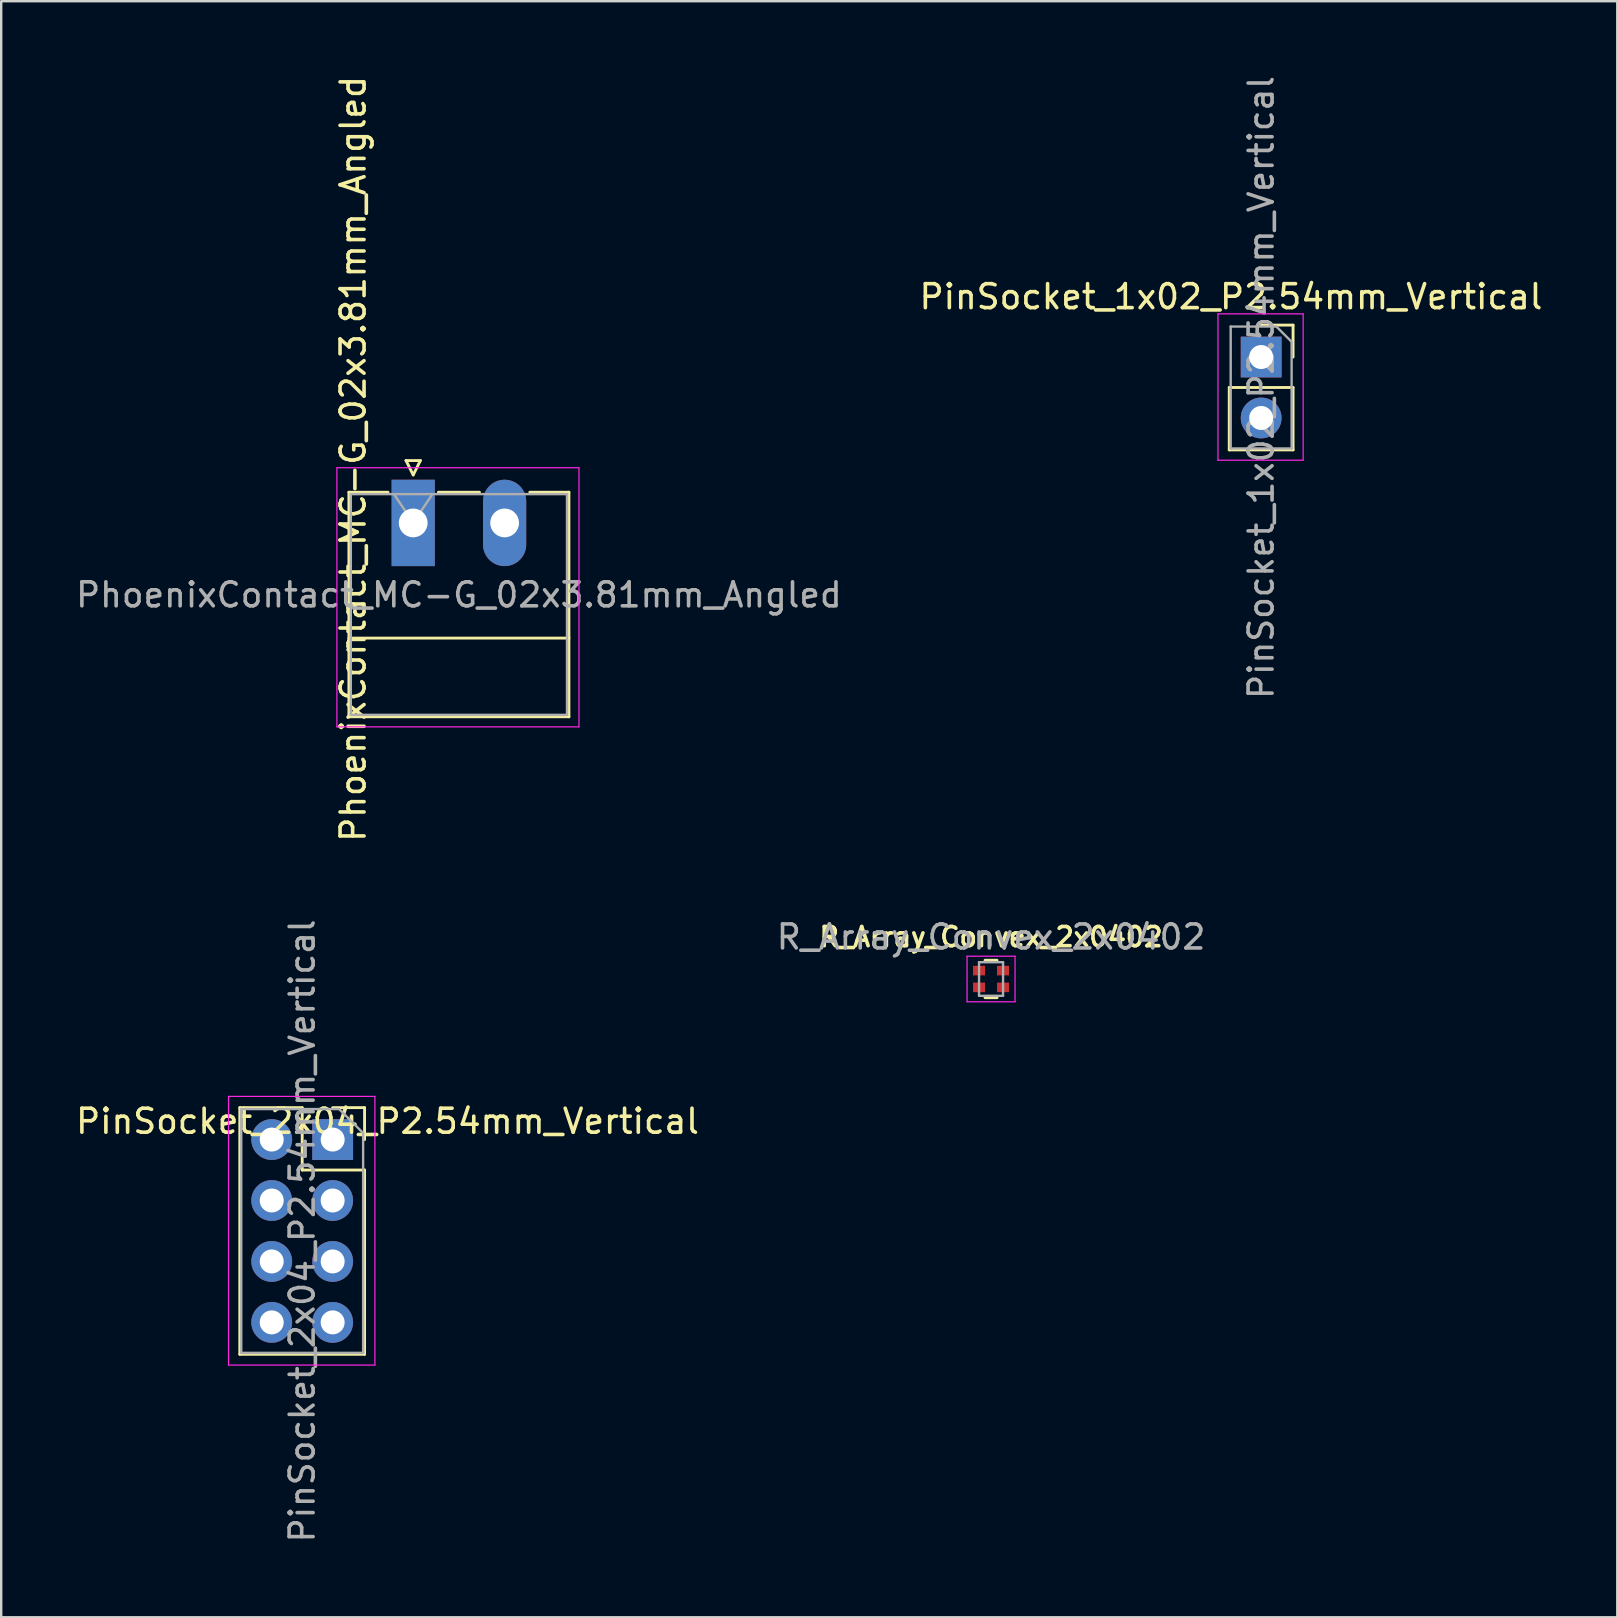
<source format=kicad_pcb>
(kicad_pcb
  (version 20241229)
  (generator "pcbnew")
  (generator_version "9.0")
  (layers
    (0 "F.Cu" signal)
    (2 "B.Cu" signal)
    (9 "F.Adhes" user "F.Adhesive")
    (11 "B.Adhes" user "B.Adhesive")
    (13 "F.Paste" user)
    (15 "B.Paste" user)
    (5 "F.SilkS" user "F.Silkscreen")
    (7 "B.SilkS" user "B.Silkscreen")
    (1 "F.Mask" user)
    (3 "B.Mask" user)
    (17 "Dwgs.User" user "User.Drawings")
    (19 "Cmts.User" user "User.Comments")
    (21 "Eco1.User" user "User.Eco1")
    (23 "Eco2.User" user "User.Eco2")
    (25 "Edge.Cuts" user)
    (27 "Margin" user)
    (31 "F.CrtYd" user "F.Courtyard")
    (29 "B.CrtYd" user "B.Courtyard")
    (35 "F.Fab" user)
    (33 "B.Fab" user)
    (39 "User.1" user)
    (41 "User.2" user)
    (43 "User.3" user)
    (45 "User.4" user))
  (footprint "PinSocket_2x04_P2.54mm_Vertical"
    (layer "F.Cu")
    (at 10.815 44.446)
    (property "Reference" "PinSocket_2x04_P2.54mm_Vertical" (at 2.286 -0.762 0) (layer "F.SilkS") (effects (font (size 1 1) (thickness 0.15))))
    (attr through_hole)
    (fp_line (start -3.87 -1.33) (end -3.87 8.95) (stroke (width 0.12) (type solid)) (layer "F.SilkS"))
    (fp_line (start -3.87 -1.33) (end -1.27 -1.33) (stroke (width 0.12) (type solid)) (layer "F.SilkS"))
    (fp_line (start -3.87 8.95) (end 1.33 8.95) (stroke (width 0.12) (type solid)) (layer "F.SilkS"))
    (fp_line (start -1.27 -1.33) (end -1.27 1.27) (stroke (width 0.12) (type solid)) (layer "F.SilkS"))
    (fp_line (start -1.27 1.27) (end 1.33 1.27) (stroke (width 0.12) (type solid)) (layer "F.SilkS"))
    (fp_line (start 0 -1.33) (end 1.33 -1.33) (stroke (width 0.12) (type solid)) (layer "F.SilkS"))
    (fp_line (start 1.33 -1.33) (end 1.33 0) (stroke (width 0.12) (type solid)) (layer "F.SilkS"))
    (fp_line (start 1.33 1.27) (end 1.33 8.95) (stroke (width 0.12) (type solid)) (layer "F.SilkS"))
    (fp_line (start -4.34 -1.8) (end 1.76 -1.8) (stroke (width 0.05) (type solid)) (layer "F.CrtYd"))
    (fp_line (start -4.34 9.4) (end -4.34 -1.8) (stroke (width 0.05) (type solid)) (layer "F.CrtYd"))
    (fp_line (start 1.76 -1.8) (end 1.76 9.4) (stroke (width 0.05) (type solid)) (layer "F.CrtYd"))
    (fp_line (start 1.76 9.4) (end -4.34 9.4) (stroke (width 0.05) (type solid)) (layer "F.CrtYd"))
    (fp_line (start -3.81 -1.27) (end 0.27 -1.27) (stroke (width 0.1) (type solid)) (layer "F.Fab"))
    (fp_line (start -3.81 8.89) (end -3.81 -1.27) (stroke (width 0.1) (type solid)) (layer "F.Fab"))
    (fp_line (start 0.27 -1.27) (end 1.27 -0.27) (stroke (width 0.1) (type solid)) (layer "F.Fab"))
    (fp_line (start 1.27 -0.27) (end 1.27 8.89) (stroke (width 0.1) (type solid)) (layer "F.Fab"))
    (fp_line (start 1.27 8.89) (end -3.81 8.89) (stroke (width 0.1) (type solid)) (layer "F.Fab"))
    (fp_text user "${REFERENCE}" (at -1.27 3.81 90) (layer "F.Fab") (effects (font (size 1 1) (thickness 0.15))))
    (pad "1" thru_hole rect (at 0 0) (size 1.7 1.7) (drill 1) (layers "*.Cu" "*.Mask"))
    (pad "2" thru_hole oval (at -2.54 0) (size 1.7 1.7) (drill 1) (layers "*.Cu" "*.Mask"))
    (pad "3" thru_hole oval (at 0 2.54) (size 1.7 1.7) (drill 1) (layers "*.Cu" "*.Mask"))
    (pad "4" thru_hole oval (at -2.54 2.54) (size 1.7 1.7) (drill 1) (layers "*.Cu" "*.Mask"))
    (pad "5" thru_hole oval (at 0 5.08) (size 1.7 1.7) (drill 1) (layers "*.Cu" "*.Mask"))
    (pad "6" thru_hole oval (at -2.54 5.08) (size 1.7 1.7) (drill 1) (layers "*.Cu" "*.Mask"))
    (pad "7" thru_hole oval (at 0 7.62) (size 1.7 1.7) (drill 1) (layers "*.Cu" "*.Mask"))
    (pad "8" thru_hole oval (at -2.54 7.62) (size 1.7 1.7) (drill 1) (layers "*.Cu" "*.Mask")))
  (footprint "R_Array_Convex_2x0402"
    (layer "F.Cu")
    (at 38.256 37.753)
    (property "Reference" "R_Array_Convex_2x0402" (at 0 -1.75 0) (layer "F.SilkS") (effects (font (size 0.8 0.8) (thickness 0.15))))
    (attr smd)
    (fp_line (start 0.25 -0.78) (end -0.25 -0.78) (stroke (width 0.12) (type solid)) (layer "F.SilkS"))
    (fp_line (start 0.25 0.78) (end -0.25 0.78) (stroke (width 0.12) (type solid)) (layer "F.SilkS"))
    (fp_line (start -1 -0.95) (end -1 0.95) (stroke (width 0.05) (type solid)) (layer "F.CrtYd"))
    (fp_line (start -1 -0.95) (end 1 -0.95) (stroke (width 0.05) (type solid)) (layer "F.CrtYd"))
    (fp_line (start 1 0.95) (end -1 0.95) (stroke (width 0.05) (type solid)) (layer "F.CrtYd"))
    (fp_line (start 1 0.95) (end 1 -0.95) (stroke (width 0.05) (type solid)) (layer "F.CrtYd"))
    (fp_line (start -0.5 -0.7) (end -0.5 0.7) (stroke (width 0.1) (type solid)) (layer "F.Fab"))
    (fp_line (start -0.5 0.7) (end 0.5 0.7) (stroke (width 0.1) (type solid)) (layer "F.Fab"))
    (fp_line (start 0.5 -0.7) (end -0.5 -0.7) (stroke (width 0.1) (type solid)) (layer "F.Fab"))
    (fp_line (start 0.5 0.7) (end 0.5 -0.7) (stroke (width 0.1) (type solid)) (layer "F.Fab"))
    (fp_text user "${REFERENCE}" (at 0 -1.75 0) (layer "F.Fab") (effects (font (size 1 1) (thickness 0.15))))
    (pad "1" smd rect (at -0.5 -0.35) (size 0.5 0.4) (layers "F.Cu" "F.Mask" "F.Paste"))
    (pad "2" smd rect (at -0.5 0.35) (size 0.5 0.4) (layers "F.Cu" "F.Mask" "F.Paste"))
    (pad "3" smd rect (at 0.5 0.35) (size 0.5 0.4) (layers "F.Cu" "F.Mask" "F.Paste"))
    (pad "4" smd rect (at 0.5 -0.35) (size 0.5 0.4) (layers "F.Cu" "F.Mask" "F.Paste")))
  (footprint "PhoenixContact_MC-G_02x3.81mm_Angled"
    (layer "F.Cu")
    (at 14.172 18.745)
    (property "Reference" "PhoenixContact_MC-G_02x3.81mm_Angled" (at -2.504 -2.668 90) (layer "F.SilkS") (effects (font (size 1 1) (thickness 0.15))))
    (attr through_hole)
    (fp_line (start -2.68 -1.28) (end -2.68 8.08) (stroke (width 0.12) (type solid)) (layer "F.SilkS"))
    (fp_line (start -2.68 -1.28) (end -1.05 -1.28) (stroke (width 0.12) (type solid)) (layer "F.SilkS"))
    (fp_line (start -2.68 4.8) (end 6.49 4.8) (stroke (width 0.12) (type solid)) (layer "F.SilkS"))
    (fp_line (start -2.68 8.08) (end 6.49 8.08) (stroke (width 0.12) (type solid)) (layer "F.SilkS"))
    (fp_line (start -0.3 -2.6) (end 0.3 -2.6) (stroke (width 0.12) (type solid)) (layer "F.SilkS"))
    (fp_line (start 0 -2) (end -0.3 -2.6) (stroke (width 0.12) (type solid)) (layer "F.SilkS"))
    (fp_line (start 0.3 -2.6) (end 0 -2) (stroke (width 0.12) (type solid)) (layer "F.SilkS"))
    (fp_line (start 1.05 -1.28) (end 2.76 -1.28) (stroke (width 0.12) (type solid)) (layer "F.SilkS"))
    (fp_line (start 6.49 -1.28) (end 4.86 -1.28) (stroke (width 0.12) (type solid)) (layer "F.SilkS"))
    (fp_line (start 6.49 8.08) (end 6.49 -1.28) (stroke (width 0.12) (type solid)) (layer "F.SilkS"))
    (fp_line (start -3.18 -2.3) (end -3.18 8.5) (stroke (width 0.05) (type solid)) (layer "F.CrtYd"))
    (fp_line (start -3.18 8.5) (end 6.91 8.5) (stroke (width 0.05) (type solid)) (layer "F.CrtYd"))
    (fp_line (start 6.91 -2.3) (end -3.18 -2.3) (stroke (width 0.05) (type solid)) (layer "F.CrtYd"))
    (fp_line (start 6.91 8.5) (end 6.91 -2.3) (stroke (width 0.05) (type solid)) (layer "F.CrtYd"))
    (fp_line (start -2.6 -1.2) (end -2.6 8) (stroke (width 0.1) (type solid)) (layer "F.Fab"))
    (fp_line (start -2.6 8) (end 6.41 8) (stroke (width 0.1) (type solid)) (layer "F.Fab"))
    (fp_line (start 0 0) (end -0.8 -1.2) (stroke (width 0.1) (type solid)) (layer "F.Fab"))
    (fp_line (start 0.8 -1.2) (end 0 0) (stroke (width 0.1) (type solid)) (layer "F.Fab"))
    (fp_line (start 6.41 -1.2) (end -2.6 -1.2) (stroke (width 0.1) (type solid)) (layer "F.Fab"))
    (fp_line (start 6.41 8) (end 6.41 -1.2) (stroke (width 0.1) (type solid)) (layer "F.Fab"))
    (fp_text user "${REFERENCE}" (at 1.905 3 180) (layer "F.Fab") (effects (font (size 1 1) (thickness 0.15))))
    (pad "1" thru_hole rect (at 0 0) (size 1.8 3.6) (drill 1.2) (layers "*.Cu" "*.Mask"))
    (pad "2" thru_hole oval (at 3.81 0) (size 1.8 3.6) (drill 1.2) (layers "*.Cu" "*.Mask")))
  (footprint "PinSocket_1x02_P2.54mm_Vertical"
    (layer "F.Cu")
    (at 49.514 11.831)
    (property "Reference" "PinSocket_1x02_P2.54mm_Vertical" (at -1.258 -2.514 0) (layer "F.SilkS") (effects (font (size 1 1) (thickness 0.15))))
    (attr through_hole)
    (fp_line (start -1.33 1.27) (end -1.33 3.87) (stroke (width 0.12) (type solid)) (layer "F.SilkS"))
    (fp_line (start -1.33 1.27) (end 1.33 1.27) (stroke (width 0.12) (type solid)) (layer "F.SilkS"))
    (fp_line (start -1.33 3.87) (end 1.33 3.87) (stroke (width 0.12) (type solid)) (layer "F.SilkS"))
    (fp_line (start 0 -1.33) (end 1.33 -1.33) (stroke (width 0.12) (type solid)) (layer "F.SilkS"))
    (fp_line (start 1.33 -1.33) (end 1.33 0) (stroke (width 0.12) (type solid)) (layer "F.SilkS"))
    (fp_line (start 1.33 1.27) (end 1.33 3.87) (stroke (width 0.12) (type solid)) (layer "F.SilkS"))
    (fp_line (start -1.8 -1.8) (end 1.75 -1.8) (stroke (width 0.05) (type solid)) (layer "F.CrtYd"))
    (fp_line (start -1.8 4.3) (end -1.8 -1.8) (stroke (width 0.05) (type solid)) (layer "F.CrtYd"))
    (fp_line (start 1.75 -1.8) (end 1.75 4.3) (stroke (width 0.05) (type solid)) (layer "F.CrtYd"))
    (fp_line (start 1.75 4.3) (end -1.8 4.3) (stroke (width 0.05) (type solid)) (layer "F.CrtYd"))
    (fp_line (start -1.27 -1.27) (end 0.635 -1.27) (stroke (width 0.1) (type solid)) (layer "F.Fab"))
    (fp_line (start -1.27 3.81) (end -1.27 -1.27) (stroke (width 0.1) (type solid)) (layer "F.Fab"))
    (fp_line (start 0.635 -1.27) (end 1.27 -0.635) (stroke (width 0.1) (type solid)) (layer "F.Fab"))
    (fp_line (start 1.27 -0.635) (end 1.27 3.81) (stroke (width 0.1) (type solid)) (layer "F.Fab"))
    (fp_line (start 1.27 3.81) (end -1.27 3.81) (stroke (width 0.1) (type solid)) (layer "F.Fab"))
    (fp_text user "${REFERENCE}" (at 0 1.27 90) (layer "F.Fab") (effects (font (size 1 1) (thickness 0.15))))
    (pad "1" thru_hole rect (at 0 0) (size 1.7 1.7) (drill 1) (layers "*.Cu" "*.Mask"))
    (pad "2" thru_hole oval (at 0 2.54) (size 1.7 1.7) (drill 1) (layers "*.Cu" "*.Mask")))
  (gr_rect
    (start -3 -3)
    (end 64.357 64.357)
    (stroke (width 0.1) (type default))
    (fill no)
    (layer "Edge.Cuts")))
</source>
